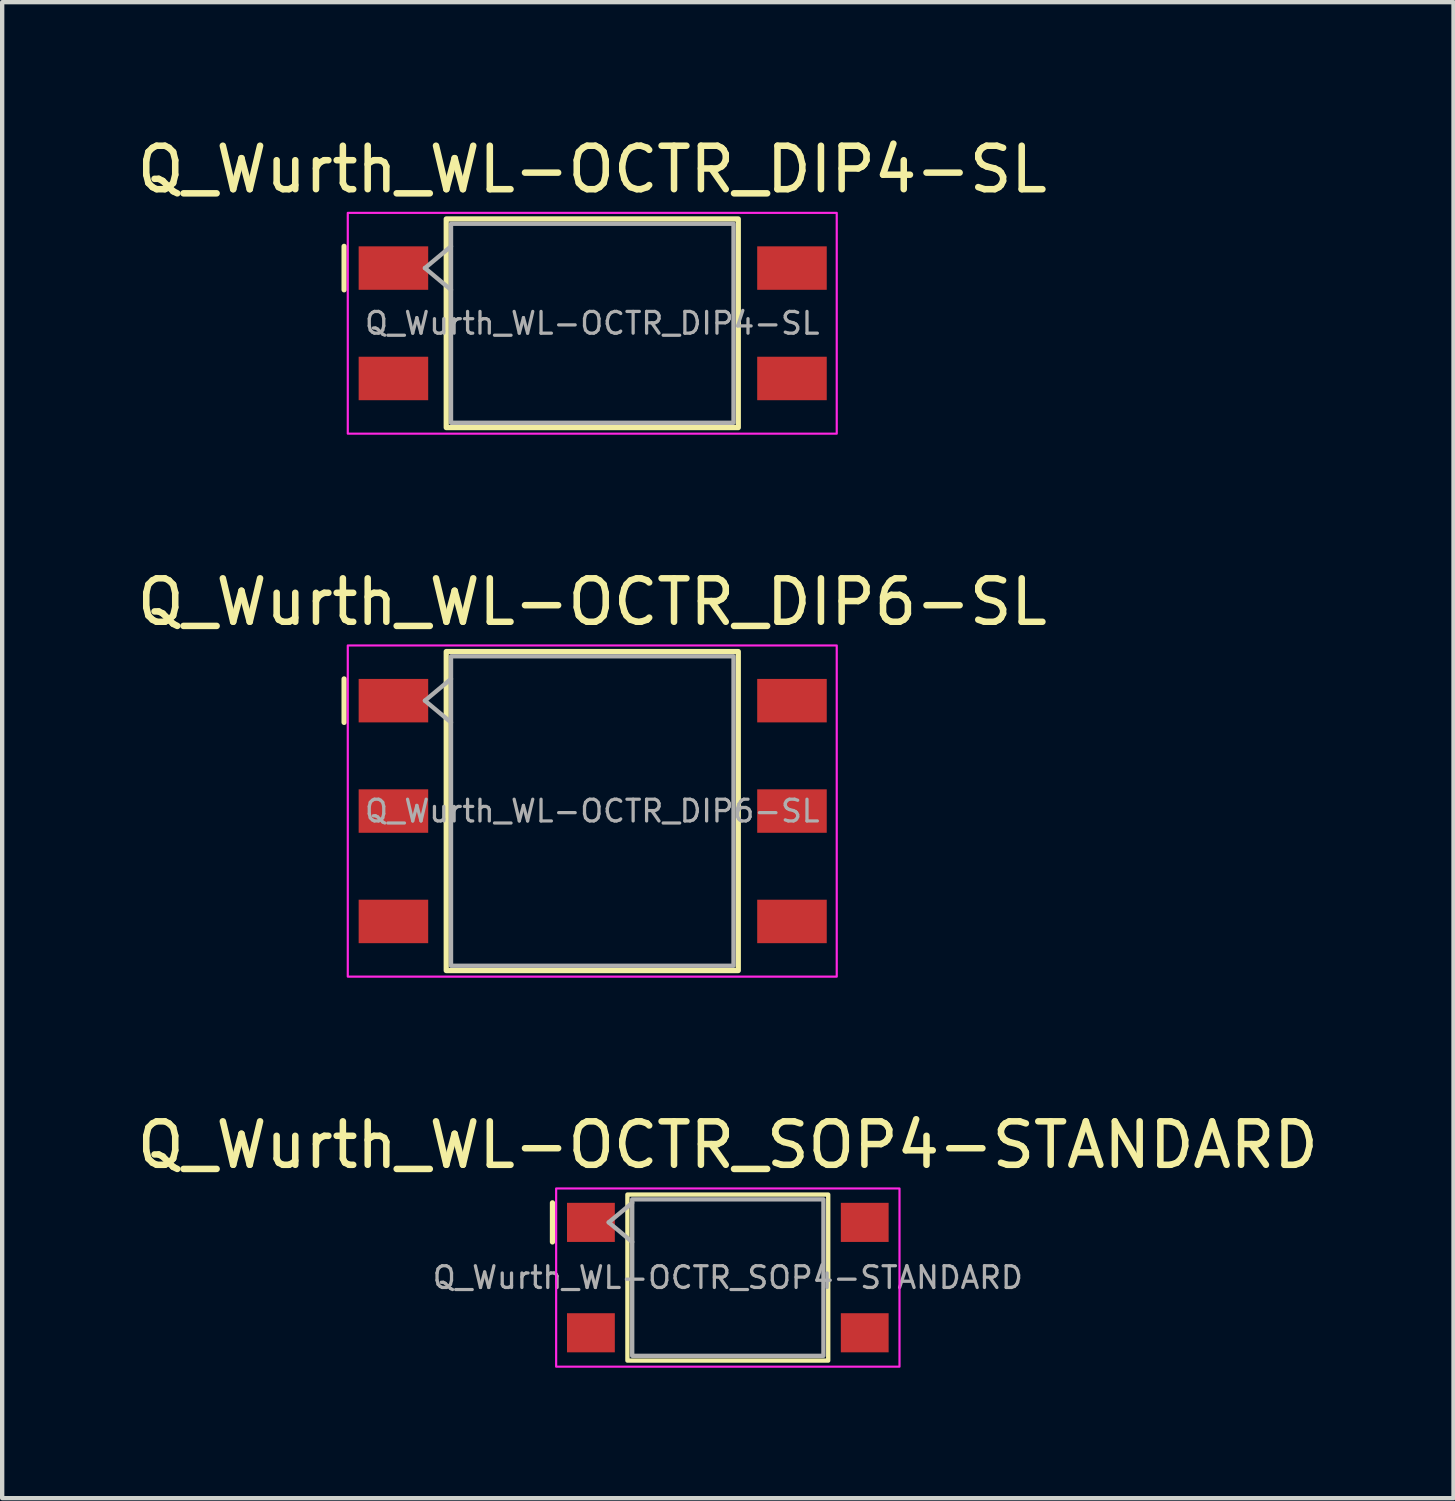
<source format=kicad_pcb>
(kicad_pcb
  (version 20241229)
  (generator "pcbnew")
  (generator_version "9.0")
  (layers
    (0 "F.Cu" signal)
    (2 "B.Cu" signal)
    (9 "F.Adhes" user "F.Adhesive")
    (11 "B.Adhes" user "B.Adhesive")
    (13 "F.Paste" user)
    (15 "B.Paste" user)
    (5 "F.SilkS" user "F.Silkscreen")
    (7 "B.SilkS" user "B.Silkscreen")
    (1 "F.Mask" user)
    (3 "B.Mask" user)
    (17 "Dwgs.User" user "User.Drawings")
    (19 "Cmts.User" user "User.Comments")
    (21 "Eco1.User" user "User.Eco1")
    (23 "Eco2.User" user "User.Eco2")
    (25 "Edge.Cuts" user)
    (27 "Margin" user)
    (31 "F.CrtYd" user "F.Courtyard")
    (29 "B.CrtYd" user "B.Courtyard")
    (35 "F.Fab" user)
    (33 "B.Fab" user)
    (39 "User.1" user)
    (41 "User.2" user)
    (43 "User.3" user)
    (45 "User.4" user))
  (footprint "Q_Wurth_WL-OCTR_DIP4-SL"
    (layer "F.Cu")
    (at 10.577 4.388)
    (property "Reference" "Q_Wurth_WL-OCTR_DIP4-SL" (at 0 -3.54 0) (unlocked yes) (layer "F.SilkS") (effects (font (size 1 1) (thickness 0.15))))
    (attr smd)
    (fp_line (start -5.71 -1.77) (end -5.71 -0.77) (stroke (width 0.12) (type solid)) (layer "F.SilkS"))
    (fp_rect (start -3.36 -2.4) (end 3.36 2.4) (stroke (width 0.12) (type solid)) (fill no) (layer "F.SilkS"))
    (fp_rect (start -5.625 -2.54) (end 5.625 2.54) (stroke (width 0.05) (type solid)) (fill no) (layer "F.CrtYd"))
    (fp_line (start -3.25 -1.77) (end -3.85 -1.27) (stroke (width 0.1) (type solid)) (layer "F.Fab"))
    (fp_line (start -3.25 -0.77) (end -3.85 -1.27) (stroke (width 0.1) (type solid)) (layer "F.Fab"))
    (fp_rect (start -3.25 -2.29) (end 3.25 2.29) (stroke (width 0.1) (type solid)) (fill no) (layer "F.Fab"))
    (fp_text user "${REFERENCE}" (at 0 0 0) (unlocked yes) (layer "F.Fab") (effects (font (size 0.5 0.5) (thickness 0.075))))
    (pad "1" smd rect (at -4.575 -1.27) (size 1.6 1) (layers "F.Cu" "F.Mask" "F.Paste"))
    (pad "2" smd rect (at -4.575 1.27) (size 1.6 1) (layers "F.Cu" "F.Mask" "F.Paste"))
    (pad "3" smd rect (at 4.595 1.27) (size 1.6 1) (layers "F.Cu" "F.Mask" "F.Paste"))
    (pad "4" smd rect (at 4.595 -1.27) (size 1.6 1) (layers "F.Cu" "F.Mask" "F.Paste")))
  (footprint "Q_Wurth_WL-OCTR_SOP4-STANDARD"
    (layer "F.Cu")
    (at 13.696 26.345)
    (property "Reference" "Q_Wurth_WL-OCTR_SOP4-STANDARD" (at 0 -3.05 0) (unlocked yes) (layer "F.SilkS") (effects (font (size 1 1) (thickness 0.15))))
    (attr smd)
    (fp_line (start -4.035 -1.72) (end -4.035 -0.82) (stroke (width 0.12) (type solid)) (layer "F.SilkS"))
    (fp_rect (start -2.31 -1.91) (end 2.31 1.91) (stroke (width 0.1) (type default)) (fill no) (layer "F.SilkS"))
    (fp_rect (start -3.95 -2.05) (end 3.95 2.05) (stroke (width 0.05) (type solid)) (fill no) (layer "F.CrtYd"))
    (fp_line (start -2.2 -1.72) (end -2.74 -1.27) (stroke (width 0.1) (type solid)) (layer "F.Fab"))
    (fp_line (start -2.2 -0.82) (end -2.74 -1.27) (stroke (width 0.1) (type solid)) (layer "F.Fab"))
    (fp_rect (start -2.2 -1.8) (end 2.2 1.8) (stroke (width 0.1) (type solid)) (fill no) (layer "F.Fab"))
    (fp_text user "${REFERENCE}" (at 0 0 0) (unlocked yes) (layer "F.Fab") (effects (font (size 0.5 0.5) (thickness 0.075))))
    (pad "1" smd rect (at -3.15 -1.27) (size 1.1 0.9) (layers "F.Cu" "F.Mask" "F.Paste"))
    (pad "2" smd rect (at -3.15 1.27) (size 1.1 0.9) (layers "F.Cu" "F.Mask" "F.Paste"))
    (pad "3" smd rect (at 3.15 1.27) (size 1.1 0.9) (layers "F.Cu" "F.Mask" "F.Paste"))
    (pad "4" smd rect (at 3.15 -1.27) (size 1.1 0.9) (layers "F.Cu" "F.Mask" "F.Paste")))
  (footprint "Q_Wurth_WL-OCTR_DIP6-SL"
    (layer "F.Cu")
    (at 10.577 15.611)
    (property "Reference" "Q_Wurth_WL-OCTR_DIP6-SL" (at 0 -4.81 0) (unlocked yes) (layer "F.SilkS") (effects (font (size 1 1) (thickness 0.15))))
    (attr smd)
    (fp_line (start -5.71 -3.04) (end -5.71 -2.04) (stroke (width 0.12) (type solid)) (layer "F.SilkS"))
    (fp_rect (start -3.36 -3.67) (end 3.36 3.67) (stroke (width 0.12) (type solid)) (fill no) (layer "F.SilkS"))
    (fp_rect (start -5.625 -3.81) (end 5.625 3.81) (stroke (width 0.05) (type solid)) (fill no) (layer "F.CrtYd"))
    (fp_line (start -3.25 -3.04) (end -3.85 -2.54) (stroke (width 0.1) (type solid)) (layer "F.Fab"))
    (fp_line (start -3.25 -2.04) (end -3.85 -2.54) (stroke (width 0.1) (type solid)) (layer "F.Fab"))
    (fp_rect (start -3.25 -3.56) (end 3.25 3.56) (stroke (width 0.1) (type solid)) (fill no) (layer "F.Fab"))
    (fp_text user "${REFERENCE}" (at 0 0 0) (unlocked yes) (layer "F.Fab") (effects (font (size 0.5 0.5) (thickness 0.075))))
    (pad "1" smd rect (at -4.575 -2.54) (size 1.6 1) (layers "F.Cu" "F.Mask" "F.Paste"))
    (pad "2" smd rect (at -4.575 0) (size 1.6 1) (layers "F.Cu" "F.Mask" "F.Paste"))
    (pad "3" smd rect (at -4.575 2.54) (size 1.6 1) (layers "F.Cu" "F.Mask" "F.Paste"))
    (pad "4" smd rect (at 4.595 2.54) (size 1.6 1) (layers "F.Cu" "F.Mask" "F.Paste"))
    (pad "5" smd rect (at 4.595 0) (size 1.6 1) (layers "F.Cu" "F.Mask" "F.Paste"))
    (pad "6" smd rect (at 4.595 -2.54) (size 1.6 1) (layers "F.Cu" "F.Mask" "F.Paste")))
  (gr_rect
    (start -3 -3)
    (end 30.393 31.42)
    (stroke (width 0.1) (type default))
    (fill no)
    (layer "Edge.Cuts")))
</source>
